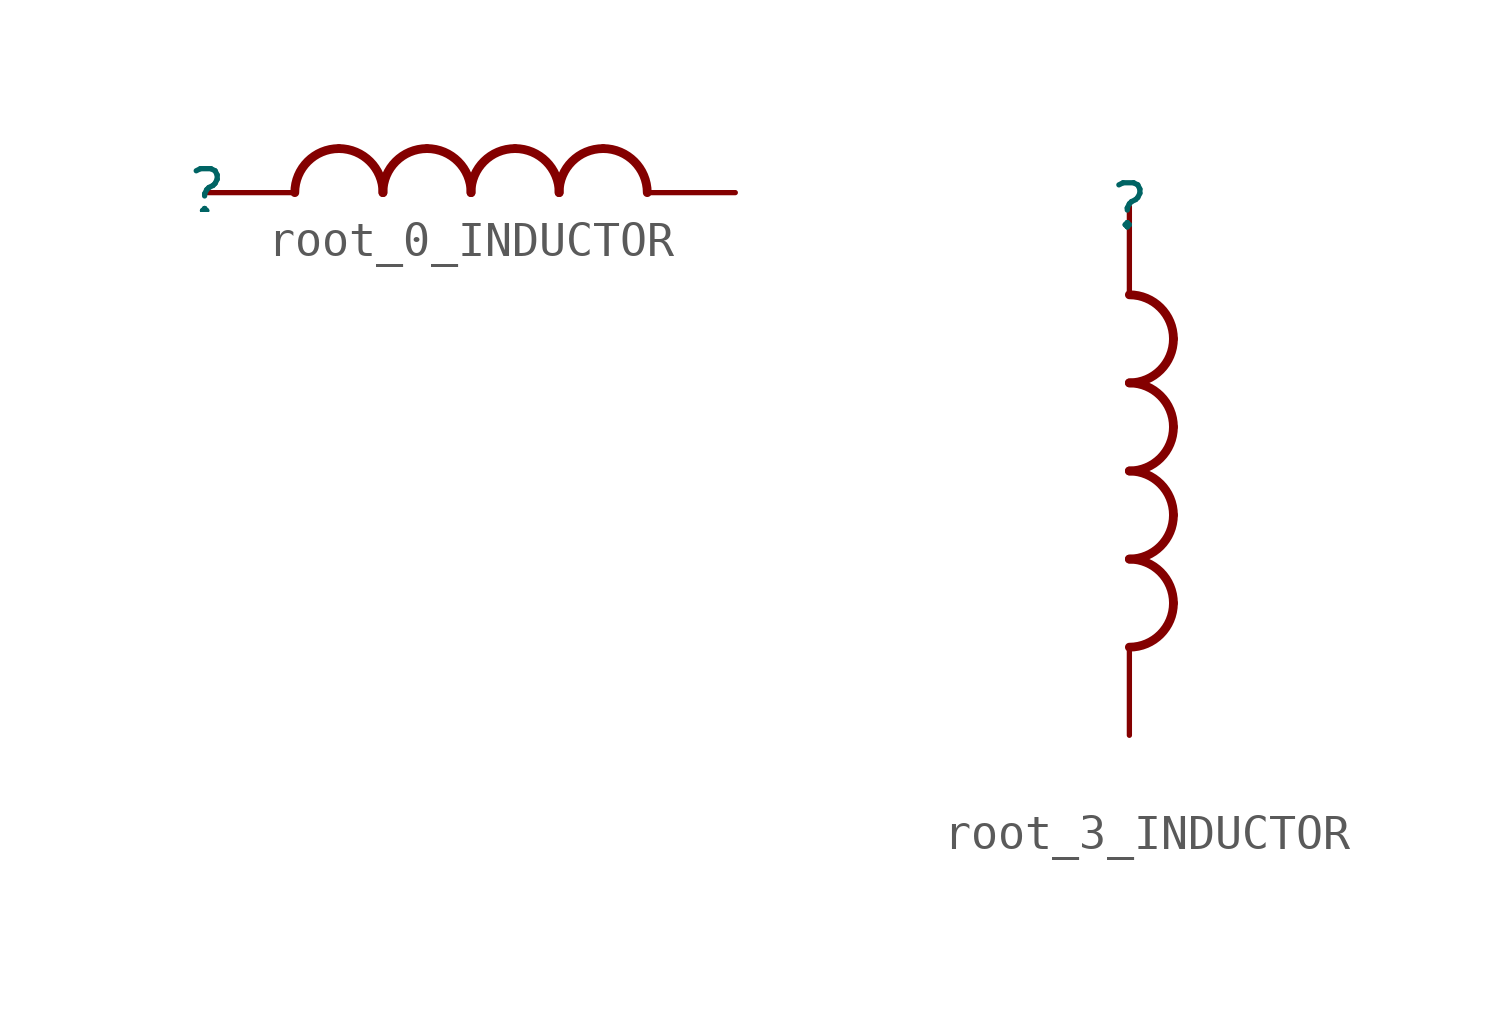
<source format=kicad_sym>
(kicad_symbol_lib
  (version 20231120)
  (generator "kicad_symbol_editor")
  (generator_version "8.0")
  (symbol "root_0_INDUCTOR"
    (property "Reference" ""
      (at 0 0 0)
      (effects (font (size 1.27 1.27))))
    (property "Value" ""
      (at 0 0 0)
      (effects (font (size 1.27 1.27))))
    (symbol "root_0_INDUCTOR_1_0"
      (arc (start 3.81 1.27) (mid 2.912 0.898) (end 2.54 0) (stroke (width 0.254) (type solid)) (fill (type none)))
      (arc (start 5.08 0) (mid 4.708 0.898) (end 3.81 1.27) (stroke (width 0.254) (type solid)) (fill (type none)))
      (arc (start 6.35 1.27) (mid 5.452 0.898) (end 5.08 0) (stroke (width 0.254) (type solid)) (fill (type none)))
      (arc (start 7.62 0) (mid 7.248 0.898) (end 6.35 1.27) (stroke (width 0.254) (type solid)) (fill (type none)))
      (arc (start 8.89 1.27) (mid 7.992 0.898) (end 7.62 0) (stroke (width 0.254) (type solid)) (fill (type none)))
      (arc (start 10.16 0) (mid 9.788 0.898) (end 8.89 1.27) (stroke (width 0.254) (type solid)) (fill (type none)))
      (arc (start 11.43 1.27) (mid 10.532 0.898) (end 10.16 0) (stroke (width 0.254) (type solid)) (fill (type none)))
      (arc (start 12.7 0) (mid 12.328 0.898) (end 11.43 1.27) (stroke (width 0.254) (type solid)) (fill (type none)))
      (pin passive line (at 0 0 0) (length 2.54) (name "1" (effects (font (size 0 0)))) (number "1" (effects (font (size 0 0)))))
      (pin passive line (at 15.24 0 180) (length 2.54) (name "2" (effects (font (size 0 0)))) (number "2" (effects (font (size 0 0)))))))
  (symbol "root_3_INDUCTOR"
    (property "Reference" ""
      (at 0 0 0)
      (effects (font (size 1.27 1.27))))
    (property "Value" ""
      (at 0 0 0)
      (effects (font (size 1.27 1.27))))
    (symbol "root_3_INDUCTOR_1_0"
      (arc (start 0 -12.7) (mid 0.898 -12.328) (end 1.27 -11.43) (stroke (width 0.254) (type solid)) (fill (type none)))
      (arc (start 0 -10.16) (mid 0.898 -9.788) (end 1.27 -8.89) (stroke (width 0.254) (type solid)) (fill (type none)))
      (arc (start 0 -7.62) (mid 0.898 -7.248) (end 1.27 -6.35) (stroke (width 0.254) (type solid)) (fill (type none)))
      (arc (start 0 -5.08) (mid 0.898 -4.708) (end 1.27 -3.81) (stroke (width 0.254) (type solid)) (fill (type none)))
      (arc (start 1.27 -11.43) (mid 0.898 -10.532) (end 0 -10.16) (stroke (width 0.254) (type solid)) (fill (type none)))
      (arc (start 1.27 -8.89) (mid 0.898 -7.992) (end 0 -7.62) (stroke (width 0.254) (type solid)) (fill (type none)))
      (arc (start 1.27 -6.35) (mid 0.898 -5.452) (end 0 -5.08) (stroke (width 0.254) (type solid)) (fill (type none)))
      (arc (start 1.27 -3.81) (mid 0.898 -2.912) (end 0 -2.54) (stroke (width 0.254) (type solid)) (fill (type none)))
      (pin passive line (at 0 0 270) (length 2.54) (name "1" (effects (font (size 0 0)))) (number "1" (effects (font (size 0 0)))))
      (pin passive line (at 0 -15.24 90) (length 2.54) (name "2" (effects (font (size 0 0)))) (number "2" (effects (font (size 0 0))))))))
</source>
